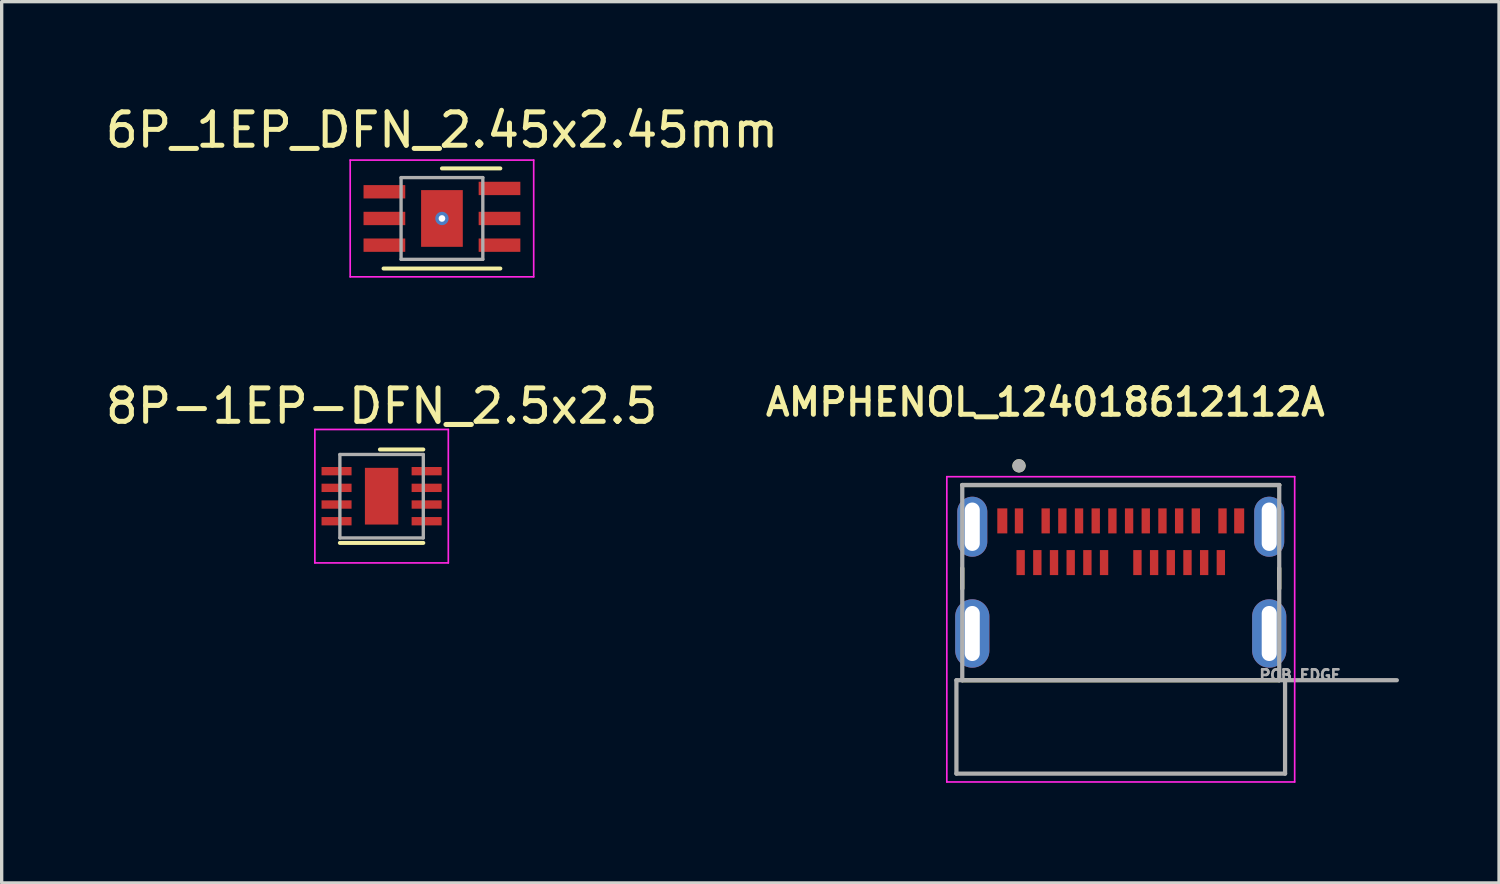
<source format=kicad_pcb>
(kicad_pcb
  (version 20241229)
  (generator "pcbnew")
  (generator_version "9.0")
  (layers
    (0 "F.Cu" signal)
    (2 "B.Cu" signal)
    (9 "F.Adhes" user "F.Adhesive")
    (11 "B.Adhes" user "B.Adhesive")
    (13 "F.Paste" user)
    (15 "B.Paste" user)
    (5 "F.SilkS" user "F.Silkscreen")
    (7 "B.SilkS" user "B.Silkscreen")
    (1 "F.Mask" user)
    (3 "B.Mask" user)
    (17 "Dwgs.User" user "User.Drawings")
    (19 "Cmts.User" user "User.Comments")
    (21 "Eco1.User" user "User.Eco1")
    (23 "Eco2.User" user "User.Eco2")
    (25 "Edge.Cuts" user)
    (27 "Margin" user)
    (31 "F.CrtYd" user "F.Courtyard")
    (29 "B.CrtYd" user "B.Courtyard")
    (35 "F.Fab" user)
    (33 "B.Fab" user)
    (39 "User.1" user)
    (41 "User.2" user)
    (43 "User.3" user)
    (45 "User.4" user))
  (footprint "8P-1EP-DFN_2.5x2.5"
    (layer "F.Cu")
    (at 8.387 11.822)
    (property "Reference" "8P-1EP-DFN_2.5x2.5" (at 0 -2.7 0) (layer "F.SilkS") (effects (font (size 1 1) (thickness 0.15))))
    (attr smd)
    (fp_line (start -1.25 1.4) (end 1.25 1.4) (stroke (width 0.12) (type solid)) (layer "F.SilkS"))
    (fp_line (start -0.05 -1.4) (end 1.25 -1.4) (stroke (width 0.12) (type solid)) (layer "F.SilkS"))
    (fp_poly (pts (xy -0.45 -0.7) (xy -0.45 0.7) (xy 0.45 0.7) (xy 0.45 -0.7)) (stroke (width 0) (type solid)) (fill yes) (layer "F.Paste"))
    (fp_line (start -2 -2) (end 2 -2) (stroke (width 0.05) (type solid)) (layer "F.CrtYd"))
    (fp_line (start -2 2) (end -2 -2) (stroke (width 0.05) (type solid)) (layer "F.CrtYd"))
    (fp_line (start 2 -2) (end 2 2) (stroke (width 0.05) (type solid)) (layer "F.CrtYd"))
    (fp_line (start 2 2) (end -2 2) (stroke (width 0.05) (type solid)) (layer "F.CrtYd"))
    (fp_line (start -1.25 -1.25) (end 1.25 -1.25) (stroke (width 0.1) (type solid)) (layer "F.Fab"))
    (fp_line (start -1.25 1.25) (end -1.25 -1.25) (stroke (width 0.1) (type solid)) (layer "F.Fab"))
    (fp_line (start 1.25 -1.25) (end 1.25 1.25) (stroke (width 0.1) (type solid)) (layer "F.Fab"))
    (fp_line (start 1.25 1.25) (end -1.25 1.25) (stroke (width 0.1) (type solid)) (layer "F.Fab"))
    (pad "1" smd rect (at -1.35 -0.75) (size 0.9 0.25) (layers "F.Cu" "F.Mask" "F.Paste"))
    (pad "2" smd rect (at -1.35 -0.25) (size 0.9 0.25) (layers "F.Cu" "F.Mask" "F.Paste"))
    (pad "3" smd rect (at -1.35 0.25) (size 0.9 0.25) (layers "F.Cu" "F.Mask" "F.Paste"))
    (pad "4" smd rect (at -1.35 0.75) (size 0.9 0.25) (layers "F.Cu" "F.Mask" "F.Paste"))
    (pad "5" smd rect (at 1.35 0.75) (size 0.9 0.25) (layers "F.Cu" "F.Mask" "F.Paste"))
    (pad "6" smd rect (at 1.35 0.25) (size 0.9 0.25) (layers "F.Cu" "F.Mask" "F.Paste"))
    (pad "7" smd rect (at 1.35 -0.25) (size 0.9 0.25) (layers "F.Cu" "F.Mask" "F.Paste"))
    (pad "8" smd rect (at 1.35 -0.75) (size 0.9 0.25) (layers "F.Cu" "F.Mask" "F.Paste"))
    (pad "9" smd rect (at 0 0) (size 1 1.7) (layers "F.Cu" "F.Mask")))
  (footprint "6P_1EP_DFN_2.45x2.45mm"
    (layer "F.Cu")
    (at 10.196 3.498)
    (property "Reference" "6P_1EP_DFN_2.45x2.45mm" (at 0 -2.65 0) (layer "F.SilkS") (effects (font (size 1 1) (thickness 0.15))))
    (attr smd)
    (fp_line (start 1.75 -1.5) (end 0 -1.5) (stroke (width 0.12) (type solid)) (layer "F.SilkS"))
    (fp_line (start 1.75 1.5) (end -1.75 1.5) (stroke (width 0.12) (type solid)) (layer "F.SilkS"))
    (fp_line (start -2.75 -1.75) (end 2.75 -1.75) (stroke (width 0.05) (type solid)) (layer "F.CrtYd"))
    (fp_line (start -2.75 1.75) (end -2.75 -1.75) (stroke (width 0.05) (type solid)) (layer "F.CrtYd"))
    (fp_line (start 2.75 -1.75) (end 2.75 1.75) (stroke (width 0.05) (type solid)) (layer "F.CrtYd"))
    (fp_line (start 2.75 1.75) (end -2.75 1.75) (stroke (width 0.05) (type solid)) (layer "F.CrtYd"))
    (fp_line (start -1.225 -1.225) (end -1.225 1.225) (stroke (width 0.1) (type solid)) (layer "F.Fab"))
    (fp_line (start -1.225 -1.225) (end 1.225 -1.225) (stroke (width 0.1) (type solid)) (layer "F.Fab"))
    (fp_line (start 1.225 -1.225) (end 1.225 1.225) (stroke (width 0.1) (type solid)) (layer "F.Fab"))
    (fp_line (start 1.225 1.225) (end -1.225 1.225) (stroke (width 0.1) (type solid)) (layer "F.Fab"))
    (pad "1" smd rect (at -1.725 -0.8) (size 1.25 0.4) (layers "F.Cu" "F.Mask" "F.Paste"))
    (pad "2" smd rect (at -1.725 0) (size 1.25 0.4) (layers "F.Cu" "F.Mask" "F.Paste"))
    (pad "3" smd rect (at -1.725 0.8) (size 1.25 0.4) (layers "F.Cu" "F.Mask" "F.Paste"))
    (pad "4" smd rect (at 1.725 0.8) (size 1.25 0.4) (layers "F.Cu" "F.Mask" "F.Paste"))
    (pad "5" smd rect (at 1.725 0) (size 1.25 0.4) (layers "F.Cu" "F.Mask" "F.Paste"))
    (pad "6" smd rect (at 1.725 -0.9) (size 1.25 0.4) (layers "F.Cu" "F.Mask" "F.Paste"))
    (pad "7" thru_hole circle (at 0 0) (size 0.4 0.4) (drill 0.2) (layers "*.Cu" "*.Mask"))
    (pad "7" smd rect (at 0 0) (size 1.25 1.7) (layers "F.Cu" "F.Mask" "F.Paste")))
  (footprint "AMPHENOL_124018612112A"
    (layer "F.Cu")
    (at 30.541 13.812)
    (property "Reference" "AMPHENOL_124018612112A" (at -2.26 -4.808 0) (layer "F.SilkS") (effects (font (size 0.8 0.8) (thickness 0.15))))
    (attr smd)
    (fp_line (start -4.75 -2.325) (end 4.75 -2.325) (stroke (width 0.127) (type solid)) (layer "F.SilkS"))
    (fp_line (start -4.75 0.78) (end -4.75 0.17) (stroke (width 0.127) (type solid)) (layer "F.SilkS"))
    (fp_line (start 4.75 0.17) (end 4.75 0.78) (stroke (width 0.127) (type solid)) (layer "F.SilkS"))
    (fp_line (start 4.75 3.525) (end -4.75 3.525) (stroke (width 0.127) (type solid)) (layer "F.SilkS"))
    (fp_circle (center -3.05 -2.9) (end -2.95 -2.9) (stroke (width 0.2) (type solid)) (fill no) (layer "F.SilkS"))
    (fp_line (start -5.213 -2.575) (end 5.213 -2.575) (stroke (width 0.05) (type solid)) (layer "F.CrtYd"))
    (fp_line (start -5.213 6.575) (end -5.213 -2.575) (stroke (width 0.05) (type solid)) (layer "F.CrtYd"))
    (fp_line (start 5.213 -2.575) (end 5.213 6.575) (stroke (width 0.05) (type solid)) (layer "F.CrtYd"))
    (fp_line (start 5.213 6.575) (end -5.213 6.575) (stroke (width 0.05) (type solid)) (layer "F.CrtYd"))
    (fp_line (start -4.925 3.525) (end -4.75 3.525) (stroke (width 0.127) (type solid)) (layer "F.Fab"))
    (fp_line (start -4.925 6.325) (end -4.925 3.525) (stroke (width 0.127) (type solid)) (layer "F.Fab"))
    (fp_line (start -4.75 -2.325) (end 4.75 -2.325) (stroke (width 0.127) (type solid)) (layer "F.Fab"))
    (fp_line (start -4.75 3.525) (end -4.75 -2.325) (stroke (width 0.127) (type solid)) (layer "F.Fab"))
    (fp_line (start 4.75 -2.325) (end 4.75 3.525) (stroke (width 0.127) (type solid)) (layer "F.Fab"))
    (fp_line (start 4.75 3.525) (end -4.75 3.525) (stroke (width 0.127) (type solid)) (layer "F.Fab"))
    (fp_line (start 4.925 3.525) (end 4.75 3.525) (stroke (width 0.127) (type solid)) (layer "F.Fab"))
    (fp_line (start 4.925 3.525) (end 4.925 6.325) (stroke (width 0.127) (type solid)) (layer "F.Fab"))
    (fp_line (start 4.925 6.325) (end -4.925 6.325) (stroke (width 0.127) (type solid)) (layer "F.Fab"))
    (fp_line (start 8.275 3.525) (end 4.925 3.525) (stroke (width 0.127) (type solid)) (layer "F.Fab"))
    (fp_circle (center -3.05 -2.9) (end -2.95 -2.9) (stroke (width 0.2) (type solid)) (fill no) (layer "F.Fab"))
    (fp_text user "PCB EDGE" (at 5.375 3.375 0) (layer "F.Fab") (effects (font (size 0.32 0.32) (thickness 0.15))))
    (pad "A1" smd rect (at -3.05 -1.25) (size 0.25 0.75) (layers "F.Cu" "F.Mask" "F.Paste"))
    (pad "A2" smd rect (at -2.25 -1.25) (size 0.25 0.75) (layers "F.Cu" "F.Mask" "F.Paste"))
    (pad "A3" smd rect (at -1.75 -1.25) (size 0.25 0.75) (layers "F.Cu" "F.Mask" "F.Paste"))
    (pad "A4" smd rect (at -1.25 -1.25) (size 0.25 0.75) (layers "F.Cu" "F.Mask" "F.Paste"))
    (pad "A5" smd rect (at -0.75 -1.25) (size 0.25 0.75) (layers "F.Cu" "F.Mask" "F.Paste"))
    (pad "A6" smd rect (at -0.25 -1.25) (size 0.25 0.75) (layers "F.Cu" "F.Mask" "F.Paste"))
    (pad "A7" smd rect (at 0.25 -1.25) (size 0.25 0.75) (layers "F.Cu" "F.Mask" "F.Paste"))
    (pad "A8" smd rect (at 0.75 -1.25) (size 0.25 0.75) (layers "F.Cu" "F.Mask" "F.Paste"))
    (pad "A9" smd rect (at 1.25 -1.25) (size 0.25 0.75) (layers "F.Cu" "F.Mask" "F.Paste"))
    (pad "A10" smd rect (at 1.75 -1.25) (size 0.25 0.75) (layers "F.Cu" "F.Mask" "F.Paste"))
    (pad "A11" smd rect (at 2.25 -1.25) (size 0.25 0.75) (layers "F.Cu" "F.Mask" "F.Paste"))
    (pad "A12" smd rect (at 3.05 -1.25) (size 0.25 0.75) (layers "F.Cu" "F.Mask" "F.Paste"))
    (pad "B1" smd rect (at 3 0) (size 0.25 0.75) (layers "F.Cu" "F.Mask" "F.Paste"))
    (pad "B2" smd rect (at 2.5 0) (size 0.25 0.75) (layers "F.Cu" "F.Mask" "F.Paste"))
    (pad "B3" smd rect (at 2 0) (size 0.25 0.75) (layers "F.Cu" "F.Mask" "F.Paste"))
    (pad "B4" smd rect (at 1.5 0) (size 0.25 0.75) (layers "F.Cu" "F.Mask" "F.Paste"))
    (pad "B5" smd rect (at 1 0) (size 0.25 0.75) (layers "F.Cu" "F.Mask" "F.Paste"))
    (pad "B6" smd rect (at 0.5 0) (size 0.25 0.75) (layers "F.Cu" "F.Mask" "F.Paste"))
    (pad "B7" smd rect (at -0.5 0) (size 0.25 0.75) (layers "F.Cu" "F.Mask" "F.Paste"))
    (pad "B8" smd rect (at -1 0) (size 0.25 0.75) (layers "F.Cu" "F.Mask" "F.Paste"))
    (pad "B9" smd rect (at -1.5 0) (size 0.25 0.75) (layers "F.Cu" "F.Mask" "F.Paste"))
    (pad "B10" smd rect (at -2 0) (size 0.25 0.75) (layers "F.Cu" "F.Mask" "F.Paste"))
    (pad "B11" smd rect (at -2.5 0) (size 0.25 0.75) (layers "F.Cu" "F.Mask" "F.Paste"))
    (pad "B12" smd rect (at -3 0) (size 0.25 0.75) (layers "F.Cu" "F.Mask" "F.Paste"))
    (pad "S1" smd rect (at -3.55 -1.25) (size 0.3 0.75) (layers "F.Cu" "F.Mask" "F.Paste"))
    (pad "S2" smd rect (at 3.55 -1.25) (size 0.3 0.75) (layers "F.Cu" "F.Mask" "F.Paste"))
    (pad "S3" thru_hole oval (at -4.45 2.125) (size 1.025 2.05) (drill oval 0.45 1.65) (layers "*.Cu" "*.Mask"))
    (pad "S4" thru_hole oval (at 4.45 2.125) (size 1.025 2.05) (drill oval 0.45 1.65) (layers "*.Cu" "*.Mask"))
    (pad "S5" thru_hole oval (at -4.45 -1.075) (size 0.9 1.8) (drill oval 0.45 1.45) (layers "*.Cu" "*.Mask"))
    (pad "S6" thru_hole oval (at 4.45 -1.075) (size 0.9 1.8) (drill oval 0.45 1.45) (layers "*.Cu" "*.Mask")))
  (gr_rect
    (start -3 -3)
    (end 41.879 23.413)
    (stroke (width 0.1) (type default))
    (fill no)
    (layer "Edge.Cuts")))
</source>
